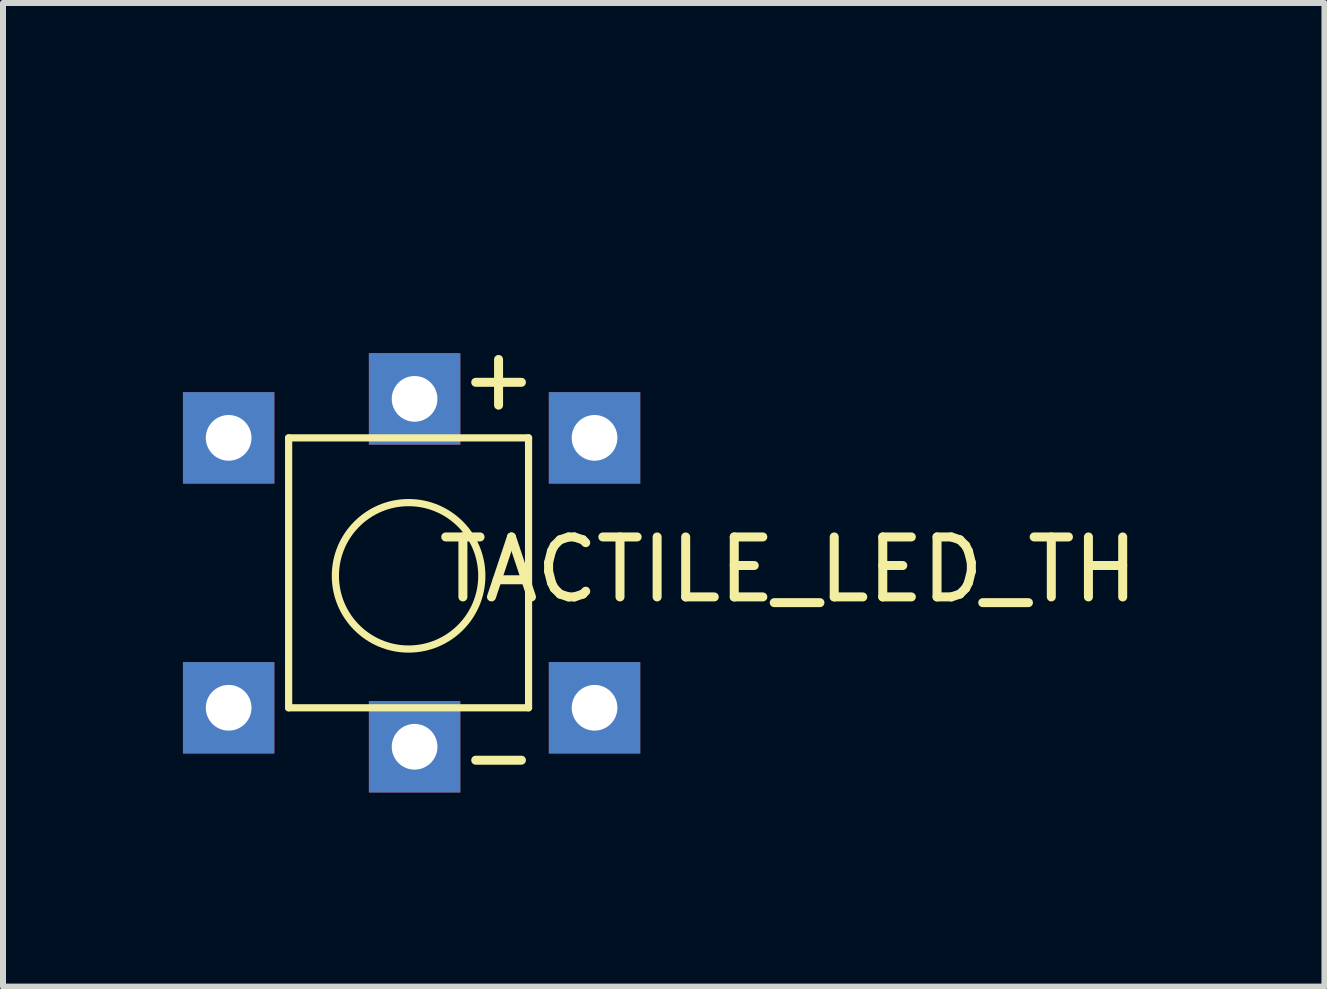
<source format=kicad_pcb>
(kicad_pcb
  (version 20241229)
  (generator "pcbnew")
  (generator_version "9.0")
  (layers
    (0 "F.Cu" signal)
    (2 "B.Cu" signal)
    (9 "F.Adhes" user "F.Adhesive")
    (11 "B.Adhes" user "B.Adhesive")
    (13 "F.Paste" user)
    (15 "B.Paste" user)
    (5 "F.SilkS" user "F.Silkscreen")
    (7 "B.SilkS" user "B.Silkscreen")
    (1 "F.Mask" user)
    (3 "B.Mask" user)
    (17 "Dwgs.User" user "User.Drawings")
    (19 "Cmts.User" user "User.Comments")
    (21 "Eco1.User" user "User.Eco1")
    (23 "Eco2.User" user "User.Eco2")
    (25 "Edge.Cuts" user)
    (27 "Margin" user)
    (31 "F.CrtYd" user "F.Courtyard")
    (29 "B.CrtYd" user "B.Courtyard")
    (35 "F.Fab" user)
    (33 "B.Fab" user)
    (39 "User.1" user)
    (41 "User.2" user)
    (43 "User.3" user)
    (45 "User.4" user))
  (footprint "TACTILE_LED_TH"
    (layer "F.Cu")
    (at 4.762 0.25)
    (property "Reference" "TACTILE_LED_TH" (at 5.334 6.197 0) (layer "F.SilkS") (effects (font (size 1 1) (thickness 0.15))))
    (attr through_hole)
    (fp_line (start -3 4) (end 1 4) (stroke (width 0.12) (type solid)) (layer "F.SilkS"))
    (fp_line (start -3 8.5) (end -3 4) (stroke (width 0.12) (type solid)) (layer "F.SilkS"))
    (fp_line (start 1 4) (end 1 8.5) (stroke (width 0.12) (type solid)) (layer "F.SilkS"))
    (fp_line (start 1 8.5) (end -3 8.5) (stroke (width 0.12) (type solid)) (layer "F.SilkS"))
    (fp_circle (center -1 6.3) (end -0.3 7.3) (stroke (width 0.12) (type solid)) (fill no) (layer "F.SilkS"))
    (fp_text user "-" (at 0.5 9.3 0) (layer "F.SilkS") (effects (font (size 1 1) (thickness 0.15))))
    (fp_text user "+" (at 0.5 3 0) (layer "F.SilkS") (effects (font (size 1 1) (thickness 0.15))))
    (pad "" thru_hole rect (at -4 4) (size 1.524 1.524) (drill 0.762) (layers "*.Cu" "*.Mask"))
    (pad "" thru_hole rect (at -4 8.5) (size 1.524 1.524) (drill 0.762) (layers "*.Cu" "*.Mask"))
    (pad "1" thru_hole rect (at 2.1 4) (size 1.524 1.524) (drill 0.762) (layers "*.Cu" "*.Mask"))
    (pad "2" thru_hole rect (at 2.1 8.5) (size 1.524 1.524) (drill 0.762) (layers "*.Cu" "*.Mask"))
    (pad "3" thru_hole rect (at -0.9 3.35) (size 1.524 1.524) (drill 0.762) (layers "*.Cu" "*.Mask"))
    (pad "4" thru_hole rect (at -0.9 9.15) (size 1.524 1.524) (drill 0.762) (layers "*.Cu" "*.Mask")))
  (gr_rect
    (start -3 -3)
    (end 19.031 13.398)
    (stroke (width 0.1) (type default))
    (fill no)
    (layer "Edge.Cuts")))
</source>
